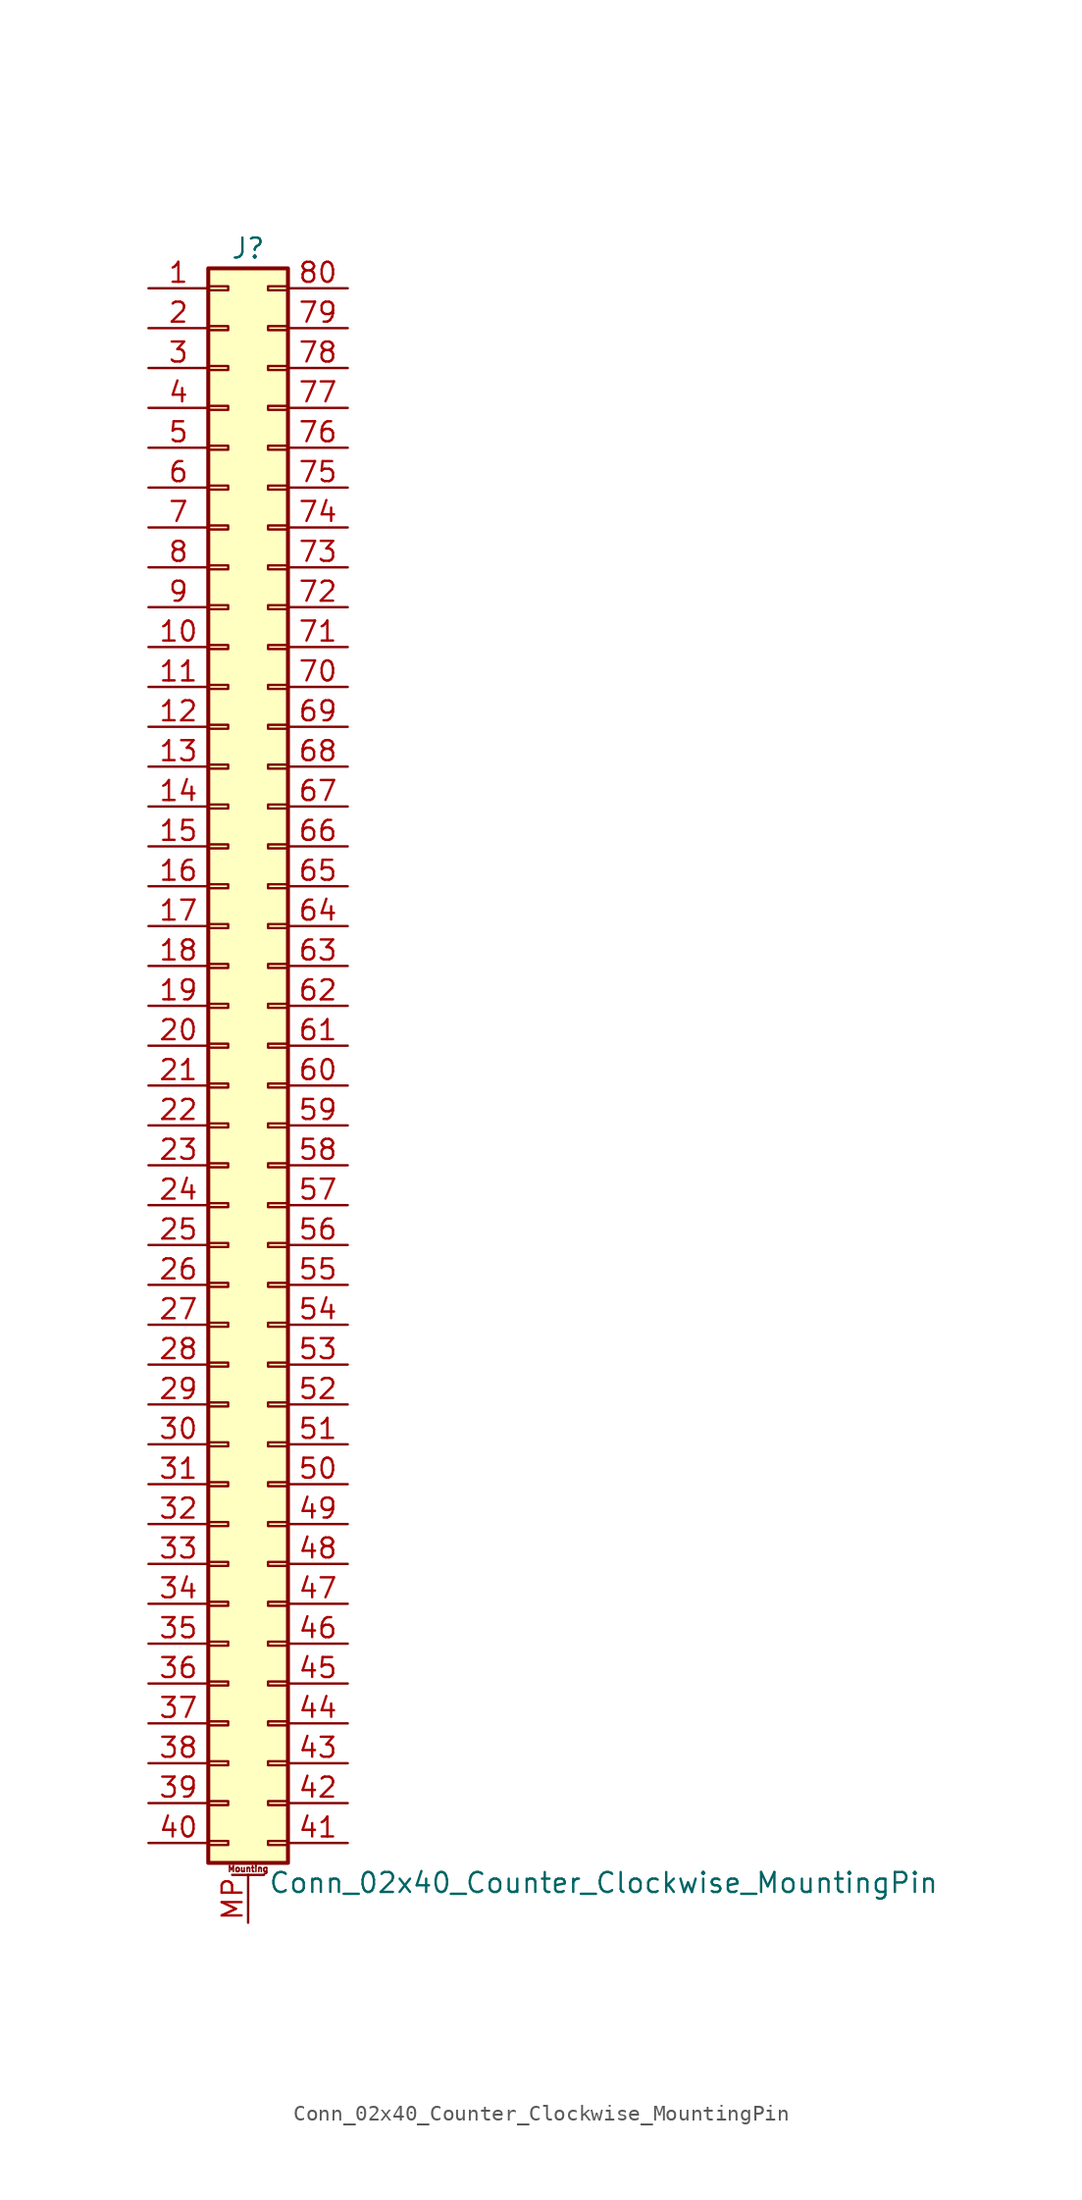
<source format=kicad_sym>
(kicad_symbol_lib
  (version 20211014)
  (generator kicad_symbol_editor)
  (symbol "Conn_02x40_Counter_Clockwise_MountingPin"
    (pin_names
      (offset 1.016) hide)
    (property "Reference" "J"
      (at 1.27 50.8 0)
      (effects (font (size 1.27 1.27))))
    (property "Value" "Conn_02x40_Counter_Clockwise_MountingPin"
      (at 2.54 -53.34 0)
      (effects (font (size 1.27 1.27)) (justify left)))
    (symbol "Conn_02x40_Counter_Clockwise_MountingPin_1_1"
      (rectangle (start -1.27 -50.673) (end 0 -50.927) (stroke (width 0.152) (type default) (color 0 0 0 0)) (fill (type none)))
      (rectangle (start -1.27 -48.133) (end 0 -48.387) (stroke (width 0.152) (type default) (color 0 0 0 0)) (fill (type none)))
      (rectangle (start -1.27 -45.593) (end 0 -45.847) (stroke (width 0.152) (type default) (color 0 0 0 0)) (fill (type none)))
      (rectangle (start -1.27 -43.053) (end 0 -43.307) (stroke (width 0.152) (type default) (color 0 0 0 0)) (fill (type none)))
      (rectangle (start -1.27 -40.513) (end 0 -40.767) (stroke (width 0.152) (type default) (color 0 0 0 0)) (fill (type none)))
      (rectangle (start -1.27 -37.973) (end 0 -38.227) (stroke (width 0.152) (type default) (color 0 0 0 0)) (fill (type none)))
      (rectangle (start -1.27 -35.433) (end 0 -35.687) (stroke (width 0.152) (type default) (color 0 0 0 0)) (fill (type none)))
      (rectangle (start -1.27 -32.893) (end 0 -33.147) (stroke (width 0.152) (type default) (color 0 0 0 0)) (fill (type none)))
      (rectangle (start -1.27 -30.353) (end 0 -30.607) (stroke (width 0.152) (type default) (color 0 0 0 0)) (fill (type none)))
      (rectangle (start -1.27 -27.813) (end 0 -28.067) (stroke (width 0.152) (type default) (color 0 0 0 0)) (fill (type none)))
      (rectangle (start -1.27 -25.273) (end 0 -25.527) (stroke (width 0.152) (type default) (color 0 0 0 0)) (fill (type none)))
      (rectangle (start -1.27 -22.733) (end 0 -22.987) (stroke (width 0.152) (type default) (color 0 0 0 0)) (fill (type none)))
      (rectangle (start -1.27 -20.193) (end 0 -20.447) (stroke (width 0.152) (type default) (color 0 0 0 0)) (fill (type none)))
      (rectangle (start -1.27 -17.653) (end 0 -17.907) (stroke (width 0.152) (type default) (color 0 0 0 0)) (fill (type none)))
      (rectangle (start -1.27 -15.113) (end 0 -15.367) (stroke (width 0.152) (type default) (color 0 0 0 0)) (fill (type none)))
      (rectangle (start -1.27 -12.573) (end 0 -12.827) (stroke (width 0.152) (type default) (color 0 0 0 0)) (fill (type none)))
      (rectangle (start -1.27 -10.033) (end 0 -10.287) (stroke (width 0.152) (type default) (color 0 0 0 0)) (fill (type none)))
      (rectangle (start -1.27 -7.493) (end 0 -7.747) (stroke (width 0.152) (type default) (color 0 0 0 0)) (fill (type none)))
      (rectangle (start -1.27 -4.953) (end 0 -5.207) (stroke (width 0.152) (type default) (color 0 0 0 0)) (fill (type none)))
      (rectangle (start -1.27 -2.413) (end 0 -2.667) (stroke (width 0.152) (type default) (color 0 0 0 0)) (fill (type none)))
      (rectangle (start -1.27 0.127) (end 0 -0.127) (stroke (width 0.152) (type default) (color 0 0 0 0)) (fill (type none)))
      (rectangle (start -1.27 2.667) (end 0 2.413) (stroke (width 0.152) (type default) (color 0 0 0 0)) (fill (type none)))
      (rectangle (start -1.27 5.207) (end 0 4.953) (stroke (width 0.152) (type default) (color 0 0 0 0)) (fill (type none)))
      (rectangle (start -1.27 7.747) (end 0 7.493) (stroke (width 0.152) (type default) (color 0 0 0 0)) (fill (type none)))
      (rectangle (start -1.27 10.287) (end 0 10.033) (stroke (width 0.152) (type default) (color 0 0 0 0)) (fill (type none)))
      (rectangle (start -1.27 12.827) (end 0 12.573) (stroke (width 0.152) (type default) (color 0 0 0 0)) (fill (type none)))
      (rectangle (start -1.27 15.367) (end 0 15.113) (stroke (width 0.152) (type default) (color 0 0 0 0)) (fill (type none)))
      (rectangle (start -1.27 17.907) (end 0 17.653) (stroke (width 0.152) (type default) (color 0 0 0 0)) (fill (type none)))
      (rectangle (start -1.27 20.447) (end 0 20.193) (stroke (width 0.152) (type default) (color 0 0 0 0)) (fill (type none)))
      (rectangle (start -1.27 22.987) (end 0 22.733) (stroke (width 0.152) (type default) (color 0 0 0 0)) (fill (type none)))
      (rectangle (start -1.27 25.527) (end 0 25.273) (stroke (width 0.152) (type default) (color 0 0 0 0)) (fill (type none)))
      (rectangle (start -1.27 28.067) (end 0 27.813) (stroke (width 0.152) (type default) (color 0 0 0 0)) (fill (type none)))
      (rectangle (start -1.27 30.607) (end 0 30.353) (stroke (width 0.152) (type default) (color 0 0 0 0)) (fill (type none)))
      (rectangle (start -1.27 33.147) (end 0 32.893) (stroke (width 0.152) (type default) (color 0 0 0 0)) (fill (type none)))
      (rectangle (start -1.27 35.687) (end 0 35.433) (stroke (width 0.152) (type default) (color 0 0 0 0)) (fill (type none)))
      (rectangle (start -1.27 38.227) (end 0 37.973) (stroke (width 0.152) (type default) (color 0 0 0 0)) (fill (type none)))
      (rectangle (start -1.27 40.767) (end 0 40.513) (stroke (width 0.152) (type default) (color 0 0 0 0)) (fill (type none)))
      (rectangle (start -1.27 43.307) (end 0 43.053) (stroke (width 0.152) (type default) (color 0 0 0 0)) (fill (type none)))
      (rectangle (start -1.27 45.847) (end 0 45.593) (stroke (width 0.152) (type default) (color 0 0 0 0)) (fill (type none)))
      (rectangle (start -1.27 48.387) (end 0 48.133) (stroke (width 0.152) (type default) (color 0 0 0 0)) (fill (type none)))
      (rectangle (start -1.27 49.53) (end 3.81 -52.07) (stroke (width 0.254) (type default) (color 0 0 0 0)) (fill (type background)))
      (polyline (pts (xy 0.254 -52.832) (xy 2.286 -52.832)) (stroke (width 0.152) (type default) (color 0 0 0 0)) (fill (type none)))
      (rectangle (start 3.81 -50.673) (end 2.54 -50.927) (stroke (width 0.152) (type default) (color 0 0 0 0)) (fill (type none)))
      (rectangle (start 3.81 -48.133) (end 2.54 -48.387) (stroke (width 0.152) (type default) (color 0 0 0 0)) (fill (type none)))
      (rectangle (start 3.81 -45.593) (end 2.54 -45.847) (stroke (width 0.152) (type default) (color 0 0 0 0)) (fill (type none)))
      (rectangle (start 3.81 -43.053) (end 2.54 -43.307) (stroke (width 0.152) (type default) (color 0 0 0 0)) (fill (type none)))
      (rectangle (start 3.81 -40.513) (end 2.54 -40.767) (stroke (width 0.152) (type default) (color 0 0 0 0)) (fill (type none)))
      (rectangle (start 3.81 -37.973) (end 2.54 -38.227) (stroke (width 0.152) (type default) (color 0 0 0 0)) (fill (type none)))
      (rectangle (start 3.81 -35.433) (end 2.54 -35.687) (stroke (width 0.152) (type default) (color 0 0 0 0)) (fill (type none)))
      (rectangle (start 3.81 -32.893) (end 2.54 -33.147) (stroke (width 0.152) (type default) (color 0 0 0 0)) (fill (type none)))
      (rectangle (start 3.81 -30.353) (end 2.54 -30.607) (stroke (width 0.152) (type default) (color 0 0 0 0)) (fill (type none)))
      (rectangle (start 3.81 -27.813) (end 2.54 -28.067) (stroke (width 0.152) (type default) (color 0 0 0 0)) (fill (type none)))
      (rectangle (start 3.81 -25.273) (end 2.54 -25.527) (stroke (width 0.152) (type default) (color 0 0 0 0)) (fill (type none)))
      (rectangle (start 3.81 -22.733) (end 2.54 -22.987) (stroke (width 0.152) (type default) (color 0 0 0 0)) (fill (type none)))
      (rectangle (start 3.81 -20.193) (end 2.54 -20.447) (stroke (width 0.152) (type default) (color 0 0 0 0)) (fill (type none)))
      (rectangle (start 3.81 -17.653) (end 2.54 -17.907) (stroke (width 0.152) (type default) (color 0 0 0 0)) (fill (type none)))
      (rectangle (start 3.81 -15.113) (end 2.54 -15.367) (stroke (width 0.152) (type default) (color 0 0 0 0)) (fill (type none)))
      (rectangle (start 3.81 -12.573) (end 2.54 -12.827) (stroke (width 0.152) (type default) (color 0 0 0 0)) (fill (type none)))
      (rectangle (start 3.81 -10.033) (end 2.54 -10.287) (stroke (width 0.152) (type default) (color 0 0 0 0)) (fill (type none)))
      (rectangle (start 3.81 -7.493) (end 2.54 -7.747) (stroke (width 0.152) (type default) (color 0 0 0 0)) (fill (type none)))
      (rectangle (start 3.81 -4.953) (end 2.54 -5.207) (stroke (width 0.152) (type default) (color 0 0 0 0)) (fill (type none)))
      (rectangle (start 3.81 -2.413) (end 2.54 -2.667) (stroke (width 0.152) (type default) (color 0 0 0 0)) (fill (type none)))
      (rectangle (start 3.81 0.127) (end 2.54 -0.127) (stroke (width 0.152) (type default) (color 0 0 0 0)) (fill (type none)))
      (rectangle (start 3.81 2.667) (end 2.54 2.413) (stroke (width 0.152) (type default) (color 0 0 0 0)) (fill (type none)))
      (rectangle (start 3.81 5.207) (end 2.54 4.953) (stroke (width 0.152) (type default) (color 0 0 0 0)) (fill (type none)))
      (rectangle (start 3.81 7.747) (end 2.54 7.493) (stroke (width 0.152) (type default) (color 0 0 0 0)) (fill (type none)))
      (rectangle (start 3.81 10.287) (end 2.54 10.033) (stroke (width 0.152) (type default) (color 0 0 0 0)) (fill (type none)))
      (rectangle (start 3.81 12.827) (end 2.54 12.573) (stroke (width 0.152) (type default) (color 0 0 0 0)) (fill (type none)))
      (rectangle (start 3.81 15.367) (end 2.54 15.113) (stroke (width 0.152) (type default) (color 0 0 0 0)) (fill (type none)))
      (rectangle (start 3.81 17.907) (end 2.54 17.653) (stroke (width 0.152) (type default) (color 0 0 0 0)) (fill (type none)))
      (rectangle (start 3.81 20.447) (end 2.54 20.193) (stroke (width 0.152) (type default) (color 0 0 0 0)) (fill (type none)))
      (rectangle (start 3.81 22.987) (end 2.54 22.733) (stroke (width 0.152) (type default) (color 0 0 0 0)) (fill (type none)))
      (rectangle (start 3.81 25.527) (end 2.54 25.273) (stroke (width 0.152) (type default) (color 0 0 0 0)) (fill (type none)))
      (rectangle (start 3.81 28.067) (end 2.54 27.813) (stroke (width 0.152) (type default) (color 0 0 0 0)) (fill (type none)))
      (rectangle (start 3.81 30.607) (end 2.54 30.353) (stroke (width 0.152) (type default) (color 0 0 0 0)) (fill (type none)))
      (rectangle (start 3.81 33.147) (end 2.54 32.893) (stroke (width 0.152) (type default) (color 0 0 0 0)) (fill (type none)))
      (rectangle (start 3.81 35.687) (end 2.54 35.433) (stroke (width 0.152) (type default) (color 0 0 0 0)) (fill (type none)))
      (rectangle (start 3.81 38.227) (end 2.54 37.973) (stroke (width 0.152) (type default) (color 0 0 0 0)) (fill (type none)))
      (rectangle (start 3.81 40.767) (end 2.54 40.513) (stroke (width 0.152) (type default) (color 0 0 0 0)) (fill (type none)))
      (rectangle (start 3.81 43.307) (end 2.54 43.053) (stroke (width 0.152) (type default) (color 0 0 0 0)) (fill (type none)))
      (rectangle (start 3.81 45.847) (end 2.54 45.593) (stroke (width 0.152) (type default) (color 0 0 0 0)) (fill (type none)))
      (rectangle (start 3.81 48.387) (end 2.54 48.133) (stroke (width 0.152) (type default) (color 0 0 0 0)) (fill (type none)))
      (text "Mounting" (at 1.27 -52.451 0) (effects (font (size 0.381 0.381))))
      (pin passive line (at -5.08 48.26 0) (length 3.81) (name "Pin_1" (effects (font (size 1.27 1.27)))) (number "1" (effects (font (size 1.27 1.27)))))
      (pin passive line (at -5.08 25.4 0) (length 3.81) (name "Pin_10" (effects (font (size 1.27 1.27)))) (number "10" (effects (font (size 1.27 1.27)))))
      (pin passive line (at -5.08 22.86 0) (length 3.81) (name "Pin_11" (effects (font (size 1.27 1.27)))) (number "11" (effects (font (size 1.27 1.27)))))
      (pin passive line (at -5.08 20.32 0) (length 3.81) (name "Pin_12" (effects (font (size 1.27 1.27)))) (number "12" (effects (font (size 1.27 1.27)))))
      (pin passive line (at -5.08 17.78 0) (length 3.81) (name "Pin_13" (effects (font (size 1.27 1.27)))) (number "13" (effects (font (size 1.27 1.27)))))
      (pin passive line (at -5.08 15.24 0) (length 3.81) (name "Pin_14" (effects (font (size 1.27 1.27)))) (number "14" (effects (font (size 1.27 1.27)))))
      (pin passive line (at -5.08 12.7 0) (length 3.81) (name "Pin_15" (effects (font (size 1.27 1.27)))) (number "15" (effects (font (size 1.27 1.27)))))
      (pin passive line (at -5.08 10.16 0) (length 3.81) (name "Pin_16" (effects (font (size 1.27 1.27)))) (number "16" (effects (font (size 1.27 1.27)))))
      (pin passive line (at -5.08 7.62 0) (length 3.81) (name "Pin_17" (effects (font (size 1.27 1.27)))) (number "17" (effects (font (size 1.27 1.27)))))
      (pin passive line (at -5.08 5.08 0) (length 3.81) (name "Pin_18" (effects (font (size 1.27 1.27)))) (number "18" (effects (font (size 1.27 1.27)))))
      (pin passive line (at -5.08 2.54 0) (length 3.81) (name "Pin_19" (effects (font (size 1.27 1.27)))) (number "19" (effects (font (size 1.27 1.27)))))
      (pin passive line (at -5.08 45.72 0) (length 3.81) (name "Pin_2" (effects (font (size 1.27 1.27)))) (number "2" (effects (font (size 1.27 1.27)))))
      (pin passive line (at -5.08 0 0) (length 3.81) (name "Pin_20" (effects (font (size 1.27 1.27)))) (number "20" (effects (font (size 1.27 1.27)))))
      (pin passive line (at -5.08 -2.54 0) (length 3.81) (name "Pin_21" (effects (font (size 1.27 1.27)))) (number "21" (effects (font (size 1.27 1.27)))))
      (pin passive line (at -5.08 -5.08 0) (length 3.81) (name "Pin_22" (effects (font (size 1.27 1.27)))) (number "22" (effects (font (size 1.27 1.27)))))
      (pin passive line (at -5.08 -7.62 0) (length 3.81) (name "Pin_23" (effects (font (size 1.27 1.27)))) (number "23" (effects (font (size 1.27 1.27)))))
      (pin passive line (at -5.08 -10.16 0) (length 3.81) (name "Pin_24" (effects (font (size 1.27 1.27)))) (number "24" (effects (font (size 1.27 1.27)))))
      (pin passive line (at -5.08 -12.7 0) (length 3.81) (name "Pin_25" (effects (font (size 1.27 1.27)))) (number "25" (effects (font (size 1.27 1.27)))))
      (pin passive line (at -5.08 -15.24 0) (length 3.81) (name "Pin_26" (effects (font (size 1.27 1.27)))) (number "26" (effects (font (size 1.27 1.27)))))
      (pin passive line (at -5.08 -17.78 0) (length 3.81) (name "Pin_27" (effects (font (size 1.27 1.27)))) (number "27" (effects (font (size 1.27 1.27)))))
      (pin passive line (at -5.08 -20.32 0) (length 3.81) (name "Pin_28" (effects (font (size 1.27 1.27)))) (number "28" (effects (font (size 1.27 1.27)))))
      (pin passive line (at -5.08 -22.86 0) (length 3.81) (name "Pin_29" (effects (font (size 1.27 1.27)))) (number "29" (effects (font (size 1.27 1.27)))))
      (pin passive line (at -5.08 43.18 0) (length 3.81) (name "Pin_3" (effects (font (size 1.27 1.27)))) (number "3" (effects (font (size 1.27 1.27)))))
      (pin passive line (at -5.08 -25.4 0) (length 3.81) (name "Pin_30" (effects (font (size 1.27 1.27)))) (number "30" (effects (font (size 1.27 1.27)))))
      (pin passive line (at -5.08 -27.94 0) (length 3.81) (name "Pin_31" (effects (font (size 1.27 1.27)))) (number "31" (effects (font (size 1.27 1.27)))))
      (pin passive line (at -5.08 -30.48 0) (length 3.81) (name "Pin_32" (effects (font (size 1.27 1.27)))) (number "32" (effects (font (size 1.27 1.27)))))
      (pin passive line (at -5.08 -33.02 0) (length 3.81) (name "Pin_33" (effects (font (size 1.27 1.27)))) (number "33" (effects (font (size 1.27 1.27)))))
      (pin passive line (at -5.08 -35.56 0) (length 3.81) (name "Pin_34" (effects (font (size 1.27 1.27)))) (number "34" (effects (font (size 1.27 1.27)))))
      (pin passive line (at -5.08 -38.1 0) (length 3.81) (name "Pin_35" (effects (font (size 1.27 1.27)))) (number "35" (effects (font (size 1.27 1.27)))))
      (pin passive line (at -5.08 -40.64 0) (length 3.81) (name "Pin_36" (effects (font (size 1.27 1.27)))) (number "36" (effects (font (size 1.27 1.27)))))
      (pin passive line (at -5.08 -43.18 0) (length 3.81) (name "Pin_37" (effects (font (size 1.27 1.27)))) (number "37" (effects (font (size 1.27 1.27)))))
      (pin passive line (at -5.08 -45.72 0) (length 3.81) (name "Pin_38" (effects (font (size 1.27 1.27)))) (number "38" (effects (font (size 1.27 1.27)))))
      (pin passive line (at -5.08 -48.26 0) (length 3.81) (name "Pin_39" (effects (font (size 1.27 1.27)))) (number "39" (effects (font (size 1.27 1.27)))))
      (pin passive line (at -5.08 40.64 0) (length 3.81) (name "Pin_4" (effects (font (size 1.27 1.27)))) (number "4" (effects (font (size 1.27 1.27)))))
      (pin passive line (at -5.08 -50.8 0) (length 3.81) (name "Pin_40" (effects (font (size 1.27 1.27)))) (number "40" (effects (font (size 1.27 1.27)))))
      (pin passive line (at 7.62 -50.8 180) (length 3.81) (name "Pin_41" (effects (font (size 1.27 1.27)))) (number "41" (effects (font (size 1.27 1.27)))))
      (pin passive line (at 7.62 -48.26 180) (length 3.81) (name "Pin_42" (effects (font (size 1.27 1.27)))) (number "42" (effects (font (size 1.27 1.27)))))
      (pin passive line (at 7.62 -45.72 180) (length 3.81) (name "Pin_43" (effects (font (size 1.27 1.27)))) (number "43" (effects (font (size 1.27 1.27)))))
      (pin passive line (at 7.62 -43.18 180) (length 3.81) (name "Pin_44" (effects (font (size 1.27 1.27)))) (number "44" (effects (font (size 1.27 1.27)))))
      (pin passive line (at 7.62 -40.64 180) (length 3.81) (name "Pin_45" (effects (font (size 1.27 1.27)))) (number "45" (effects (font (size 1.27 1.27)))))
      (pin passive line (at 7.62 -38.1 180) (length 3.81) (name "Pin_46" (effects (font (size 1.27 1.27)))) (number "46" (effects (font (size 1.27 1.27)))))
      (pin passive line (at 7.62 -35.56 180) (length 3.81) (name "Pin_47" (effects (font (size 1.27 1.27)))) (number "47" (effects (font (size 1.27 1.27)))))
      (pin passive line (at 7.62 -33.02 180) (length 3.81) (name "Pin_48" (effects (font (size 1.27 1.27)))) (number "48" (effects (font (size 1.27 1.27)))))
      (pin passive line (at 7.62 -30.48 180) (length 3.81) (name "Pin_49" (effects (font (size 1.27 1.27)))) (number "49" (effects (font (size 1.27 1.27)))))
      (pin passive line (at -5.08 38.1 0) (length 3.81) (name "Pin_5" (effects (font (size 1.27 1.27)))) (number "5" (effects (font (size 1.27 1.27)))))
      (pin passive line (at 7.62 -27.94 180) (length 3.81) (name "Pin_50" (effects (font (size 1.27 1.27)))) (number "50" (effects (font (size 1.27 1.27)))))
      (pin passive line (at 7.62 -25.4 180) (length 3.81) (name "Pin_51" (effects (font (size 1.27 1.27)))) (number "51" (effects (font (size 1.27 1.27)))))
      (pin passive line (at 7.62 -22.86 180) (length 3.81) (name "Pin_52" (effects (font (size 1.27 1.27)))) (number "52" (effects (font (size 1.27 1.27)))))
      (pin passive line (at 7.62 -20.32 180) (length 3.81) (name "Pin_53" (effects (font (size 1.27 1.27)))) (number "53" (effects (font (size 1.27 1.27)))))
      (pin passive line (at 7.62 -17.78 180) (length 3.81) (name "Pin_54" (effects (font (size 1.27 1.27)))) (number "54" (effects (font (size 1.27 1.27)))))
      (pin passive line (at 7.62 -15.24 180) (length 3.81) (name "Pin_55" (effects (font (size 1.27 1.27)))) (number "55" (effects (font (size 1.27 1.27)))))
      (pin passive line (at 7.62 -12.7 180) (length 3.81) (name "Pin_56" (effects (font (size 1.27 1.27)))) (number "56" (effects (font (size 1.27 1.27)))))
      (pin passive line (at 7.62 -10.16 180) (length 3.81) (name "Pin_57" (effects (font (size 1.27 1.27)))) (number "57" (effects (font (size 1.27 1.27)))))
      (pin passive line (at 7.62 -7.62 180) (length 3.81) (name "Pin_58" (effects (font (size 1.27 1.27)))) (number "58" (effects (font (size 1.27 1.27)))))
      (pin passive line (at 7.62 -5.08 180) (length 3.81) (name "Pin_59" (effects (font (size 1.27 1.27)))) (number "59" (effects (font (size 1.27 1.27)))))
      (pin passive line (at -5.08 35.56 0) (length 3.81) (name "Pin_6" (effects (font (size 1.27 1.27)))) (number "6" (effects (font (size 1.27 1.27)))))
      (pin passive line (at 7.62 -2.54 180) (length 3.81) (name "Pin_60" (effects (font (size 1.27 1.27)))) (number "60" (effects (font (size 1.27 1.27)))))
      (pin passive line (at 7.62 0 180) (length 3.81) (name "Pin_61" (effects (font (size 1.27 1.27)))) (number "61" (effects (font (size 1.27 1.27)))))
      (pin passive line (at 7.62 2.54 180) (length 3.81) (name "Pin_62" (effects (font (size 1.27 1.27)))) (number "62" (effects (font (size 1.27 1.27)))))
      (pin passive line (at 7.62 5.08 180) (length 3.81) (name "Pin_63" (effects (font (size 1.27 1.27)))) (number "63" (effects (font (size 1.27 1.27)))))
      (pin passive line (at 7.62 7.62 180) (length 3.81) (name "Pin_64" (effects (font (size 1.27 1.27)))) (number "64" (effects (font (size 1.27 1.27)))))
      (pin passive line (at 7.62 10.16 180) (length 3.81) (name "Pin_65" (effects (font (size 1.27 1.27)))) (number "65" (effects (font (size 1.27 1.27)))))
      (pin passive line (at 7.62 12.7 180) (length 3.81) (name "Pin_66" (effects (font (size 1.27 1.27)))) (number "66" (effects (font (size 1.27 1.27)))))
      (pin passive line (at 7.62 15.24 180) (length 3.81) (name "Pin_67" (effects (font (size 1.27 1.27)))) (number "67" (effects (font (size 1.27 1.27)))))
      (pin passive line (at 7.62 17.78 180) (length 3.81) (name "Pin_68" (effects (font (size 1.27 1.27)))) (number "68" (effects (font (size 1.27 1.27)))))
      (pin passive line (at 7.62 20.32 180) (length 3.81) (name "Pin_69" (effects (font (size 1.27 1.27)))) (number "69" (effects (font (size 1.27 1.27)))))
      (pin passive line (at -5.08 33.02 0) (length 3.81) (name "Pin_7" (effects (font (size 1.27 1.27)))) (number "7" (effects (font (size 1.27 1.27)))))
      (pin passive line (at 7.62 22.86 180) (length 3.81) (name "Pin_70" (effects (font (size 1.27 1.27)))) (number "70" (effects (font (size 1.27 1.27)))))
      (pin passive line (at 7.62 25.4 180) (length 3.81) (name "Pin_71" (effects (font (size 1.27 1.27)))) (number "71" (effects (font (size 1.27 1.27)))))
      (pin passive line (at 7.62 27.94 180) (length 3.81) (name "Pin_72" (effects (font (size 1.27 1.27)))) (number "72" (effects (font (size 1.27 1.27)))))
      (pin passive line (at 7.62 30.48 180) (length 3.81) (name "Pin_73" (effects (font (size 1.27 1.27)))) (number "73" (effects (font (size 1.27 1.27)))))
      (pin passive line (at 7.62 33.02 180) (length 3.81) (name "Pin_74" (effects (font (size 1.27 1.27)))) (number "74" (effects (font (size 1.27 1.27)))))
      (pin passive line (at 7.62 35.56 180) (length 3.81) (name "Pin_75" (effects (font (size 1.27 1.27)))) (number "75" (effects (font (size 1.27 1.27)))))
      (pin passive line (at 7.62 38.1 180) (length 3.81) (name "Pin_76" (effects (font (size 1.27 1.27)))) (number "76" (effects (font (size 1.27 1.27)))))
      (pin passive line (at 7.62 40.64 180) (length 3.81) (name "Pin_77" (effects (font (size 1.27 1.27)))) (number "77" (effects (font (size 1.27 1.27)))))
      (pin passive line (at 7.62 43.18 180) (length 3.81) (name "Pin_78" (effects (font (size 1.27 1.27)))) (number "78" (effects (font (size 1.27 1.27)))))
      (pin passive line (at 7.62 45.72 180) (length 3.81) (name "Pin_79" (effects (font (size 1.27 1.27)))) (number "79" (effects (font (size 1.27 1.27)))))
      (pin passive line (at -5.08 30.48 0) (length 3.81) (name "Pin_8" (effects (font (size 1.27 1.27)))) (number "8" (effects (font (size 1.27 1.27)))))
      (pin passive line (at 7.62 48.26 180) (length 3.81) (name "Pin_80" (effects (font (size 1.27 1.27)))) (number "80" (effects (font (size 1.27 1.27)))))
      (pin passive line (at -5.08 27.94 0) (length 3.81) (name "Pin_9" (effects (font (size 1.27 1.27)))) (number "9" (effects (font (size 1.27 1.27)))))
      (pin passive line (at 1.27 -55.88 90) (length 3.048) (name "MountPin" (effects (font (size 1.27 1.27)))) (number "MP" (effects (font (size 1.27 1.27))))))))
</source>
